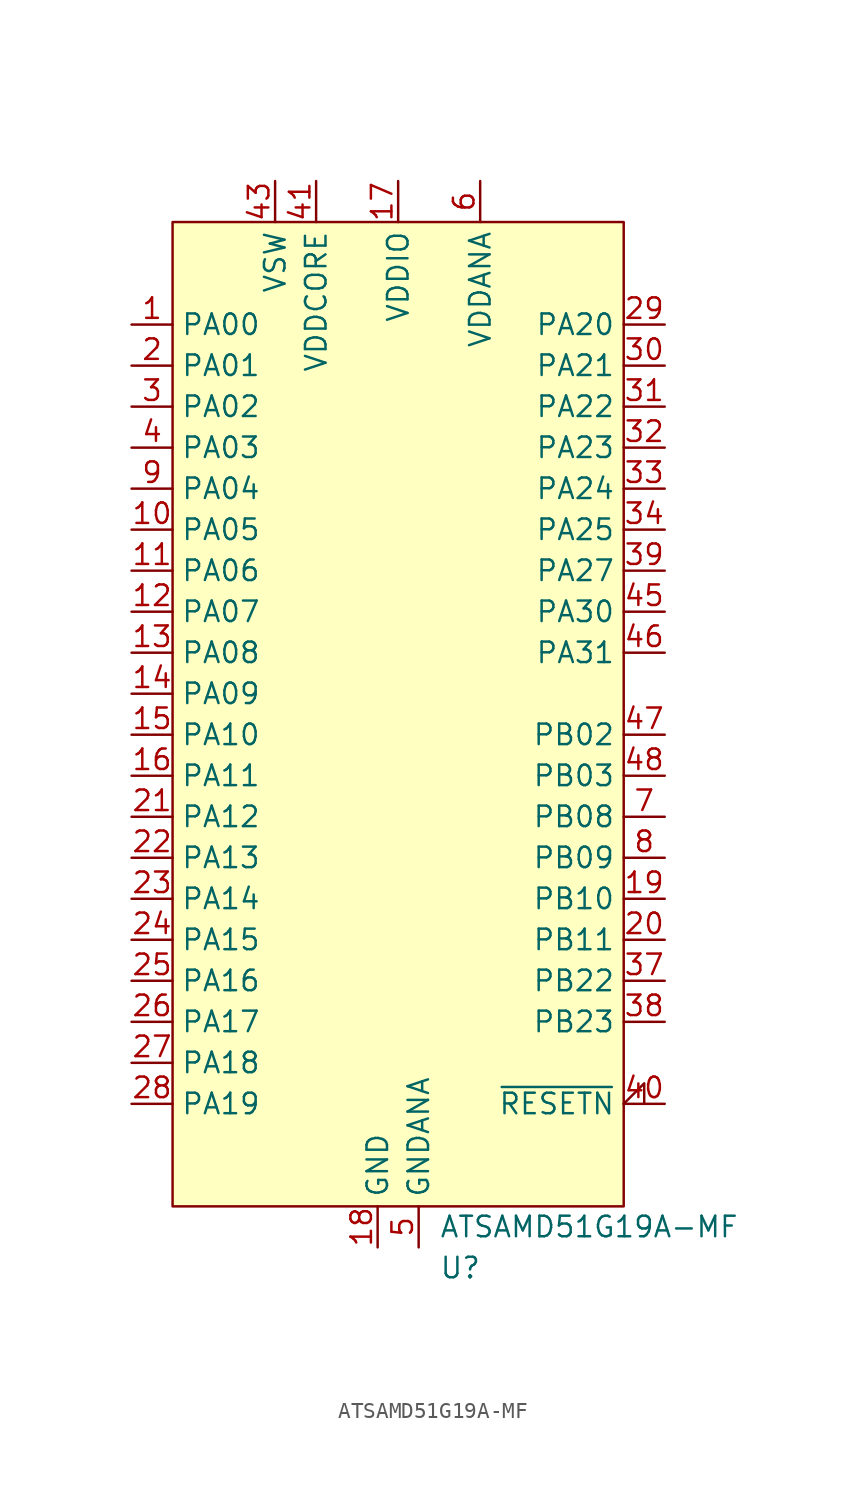
<source format=kicad_sym>
(kicad_symbol_lib
  (version 20220914)
  (generator kicad_symbol_editor)
  (symbol "ATSAMD51G19A-MF"
    (property "Reference" "U"
      (at 2.54 -34.29 0)
      (effects (font (size 1.27 1.27)) (justify left)))
    (property "Value" "ATSAMD51G19A-MF"
      (at 2.54 -31.75 0)
      (effects (font (size 1.27 1.27)) (justify left)))
    (symbol "ATSAMD51G19A-MF_0_0"
      (pin bidirectional line (at -16.51 24.13 0) (length 2.54) (name "PA00" (effects (font (size 1.27 1.27)))) (number "1" (effects (font (size 1.27 1.27)))) (alternate "EINT0" bidirectional line) (alternate "SERCOM1.0" bidirectional line))
      (pin bidirectional line (at -16.51 11.43 0) (length 2.54) (name "PA05" (effects (font (size 1.27 1.27)))) (number "10" (effects (font (size 1.27 1.27)))))
      (pin bidirectional line (at -16.51 8.89 0) (length 2.54) (name "PA06" (effects (font (size 1.27 1.27)))) (number "11" (effects (font (size 1.27 1.27)))))
      (pin bidirectional line (at -16.51 6.35 0) (length 2.54) (name "PA07" (effects (font (size 1.27 1.27)))) (number "12" (effects (font (size 1.27 1.27)))))
      (pin bidirectional line (at -16.51 3.81 0) (length 2.54) (name "PA08" (effects (font (size 1.27 1.27)))) (number "13" (effects (font (size 1.27 1.27)))))
      (pin bidirectional line (at -16.51 1.27 0) (length 2.54) (name "PA09" (effects (font (size 1.27 1.27)))) (number "14" (effects (font (size 1.27 1.27)))))
      (pin bidirectional line (at -16.51 -1.27 0) (length 2.54) (name "PA10" (effects (font (size 1.27 1.27)))) (number "15" (effects (font (size 1.27 1.27)))))
      (pin bidirectional line (at -16.51 -3.81 0) (length 2.54) (name "PA11" (effects (font (size 1.27 1.27)))) (number "16" (effects (font (size 1.27 1.27)))))
      (pin power_out line (at 0 33.02 270) (length 2.54) (name "VDDIO" (effects (font (size 1.27 1.27)))) (number "17" (effects (font (size 1.27 1.27)))))
      (pin passive line (at -1.27 -33.02 90) (length 2.54) (name "GND" (effects (font (size 1.27 1.27)))) (number "18" (effects (font (size 1.27 1.27)))))
      (pin bidirectional line (at 16.51 -11.43 180) (length 2.54) (name "PB10" (effects (font (size 1.27 1.27)))) (number "19" (effects (font (size 1.27 1.27)))))
      (pin bidirectional line (at -16.51 21.59 0) (length 2.54) (name "PA01" (effects (font (size 1.27 1.27)))) (number "2" (effects (font (size 1.27 1.27)))) (alternate "EINT1" bidirectional line) (alternate "SERCOM1.1" bidirectional line))
      (pin bidirectional line (at 16.51 -13.97 180) (length 2.54) (name "PB11" (effects (font (size 1.27 1.27)))) (number "20" (effects (font (size 1.27 1.27)))))
      (pin bidirectional line (at -16.51 -6.35 0) (length 2.54) (name "PA12" (effects (font (size 1.27 1.27)))) (number "21" (effects (font (size 1.27 1.27)))))
      (pin bidirectional line (at -16.51 -8.89 0) (length 2.54) (name "PA13" (effects (font (size 1.27 1.27)))) (number "22" (effects (font (size 1.27 1.27)))))
      (pin bidirectional line (at -16.51 -11.43 0) (length 2.54) (name "PA14" (effects (font (size 1.27 1.27)))) (number "23" (effects (font (size 1.27 1.27)))))
      (pin bidirectional line (at -16.51 -13.97 0) (length 2.54) (name "PA15" (effects (font (size 1.27 1.27)))) (number "24" (effects (font (size 1.27 1.27)))))
      (pin bidirectional line (at -16.51 -16.51 0) (length 2.54) (name "PA16" (effects (font (size 1.27 1.27)))) (number "25" (effects (font (size 1.27 1.27)))))
      (pin bidirectional line (at -16.51 -19.05 0) (length 2.54) (name "PA17" (effects (font (size 1.27 1.27)))) (number "26" (effects (font (size 1.27 1.27)))))
      (pin bidirectional line (at -16.51 -21.59 0) (length 2.54) (name "PA18" (effects (font (size 1.27 1.27)))) (number "27" (effects (font (size 1.27 1.27)))))
      (pin bidirectional line (at -16.51 -24.13 0) (length 2.54) (name "PA19" (effects (font (size 1.27 1.27)))) (number "28" (effects (font (size 1.27 1.27)))))
      (pin bidirectional line (at 16.51 24.13 180) (length 2.54) (name "PA20" (effects (font (size 1.27 1.27)))) (number "29" (effects (font (size 1.27 1.27)))))
      (pin bidirectional line (at -16.51 19.05 0) (length 2.54) (name "PA02" (effects (font (size 1.27 1.27)))) (number "3" (effects (font (size 1.27 1.27)))) (alternate "AIN0" bidirectional line) (alternate "EINT2" bidirectional line) (alternate "VOUT0" bidirectional line))
      (pin bidirectional line (at 16.51 21.59 180) (length 2.54) (name "PA21" (effects (font (size 1.27 1.27)))) (number "30" (effects (font (size 1.27 1.27)))))
      (pin bidirectional line (at 16.51 19.05 180) (length 2.54) (name "PA22" (effects (font (size 1.27 1.27)))) (number "31" (effects (font (size 1.27 1.27)))))
      (pin bidirectional line (at 16.51 16.51 180) (length 2.54) (name "PA23" (effects (font (size 1.27 1.27)))) (number "32" (effects (font (size 1.27 1.27)))))
      (pin bidirectional line (at 16.51 13.97 180) (length 2.54) (name "PA24" (effects (font (size 1.27 1.27)))) (number "33" (effects (font (size 1.27 1.27)))))
      (pin bidirectional line (at 16.51 11.43 180) (length 2.54) (name "PA25" (effects (font (size 1.27 1.27)))) (number "34" (effects (font (size 1.27 1.27)))))
      (pin passive line (at -1.27 -33.02 90) (length 2.54) hide (name "GND" (effects (font (size 1.27 1.27)))) (number "35" (effects (font (size 1.27 1.27)))))
      (pin power_in line (at 0 33.02 270) (length 2.54) hide (name "VDDIO" (effects (font (size 1.27 1.27)))) (number "36" (effects (font (size 1.27 1.27)))))
      (pin bidirectional line (at 16.51 -16.51 180) (length 2.54) (name "PB22" (effects (font (size 1.27 1.27)))) (number "37" (effects (font (size 1.27 1.27)))))
      (pin bidirectional line (at 16.51 -19.05 180) (length 2.54) (name "PB23" (effects (font (size 1.27 1.27)))) (number "38" (effects (font (size 1.27 1.27)))))
      (pin bidirectional line (at 16.51 8.89 180) (length 2.54) (name "PA27" (effects (font (size 1.27 1.27)))) (number "39" (effects (font (size 1.27 1.27)))))
      (pin bidirectional line (at -16.51 16.51 0) (length 2.54) (name "PA03" (effects (font (size 1.27 1.27)))) (number "4" (effects (font (size 1.27 1.27)))))
      (pin input input_low (at 16.51 -24.13 180) (length 2.54) (name "~{RESETN}" (effects (font (size 1.27 1.27)))) (number "40" (effects (font (size 1.27 1.27)))))
      (pin output line (at -5.08 33.02 270) (length 2.54) (name "VDDCORE" (effects (font (size 1.27 1.27)))) (number "41" (effects (font (size 1.27 1.27)))))
      (pin passive line (at -1.27 -33.02 90) (length 2.54) hide (name "GND" (effects (font (size 1.27 1.27)))) (number "42" (effects (font (size 1.27 1.27)))))
      (pin bidirectional line (at -7.62 33.02 270) (length 2.54) (name "VSW" (effects (font (size 1.27 1.27)))) (number "43" (effects (font (size 1.27 1.27)))))
      (pin power_in line (at 0 33.02 270) (length 2.54) hide (name "VDDIO" (effects (font (size 1.27 1.27)))) (number "44" (effects (font (size 1.27 1.27)))))
      (pin bidirectional line (at 16.51 6.35 180) (length 2.54) (name "PA30" (effects (font (size 1.27 1.27)))) (number "45" (effects (font (size 1.27 1.27)))))
      (pin bidirectional line (at 16.51 3.81 180) (length 2.54) (name "PA31" (effects (font (size 1.27 1.27)))) (number "46" (effects (font (size 1.27 1.27)))))
      (pin bidirectional line (at 16.51 -1.27 180) (length 2.54) (name "PB02" (effects (font (size 1.27 1.27)))) (number "47" (effects (font (size 1.27 1.27)))))
      (pin bidirectional line (at 16.51 -3.81 180) (length 2.54) (name "PB03" (effects (font (size 1.27 1.27)))) (number "48" (effects (font (size 1.27 1.27)))))
      (pin passive line (at 1.27 -33.02 90) (length 2.54) (name "GNDANA" (effects (font (size 1.27 1.27)))) (number "5" (effects (font (size 1.27 1.27)))))
      (pin power_in line (at 5.08 33.02 270) (length 2.54) (name "VDDANA" (effects (font (size 1.27 1.27)))) (number "6" (effects (font (size 1.27 1.27)))))
      (pin bidirectional line (at 16.51 -6.35 180) (length 2.54) (name "PB08" (effects (font (size 1.27 1.27)))) (number "7" (effects (font (size 1.27 1.27)))))
      (pin bidirectional line (at 16.51 -8.89 180) (length 2.54) (name "PB09" (effects (font (size 1.27 1.27)))) (number "8" (effects (font (size 1.27 1.27)))))
      (pin bidirectional line (at -16.51 13.97 0) (length 2.54) (name "PA04" (effects (font (size 1.27 1.27)))) (number "9" (effects (font (size 1.27 1.27))))))
    (symbol "ATSAMD51G19A-MF_0_1"
      (rectangle (start -13.97 30.48) (end 13.97 -30.48) (stroke (width 0) (type default)) (fill (type background))))))
</source>
